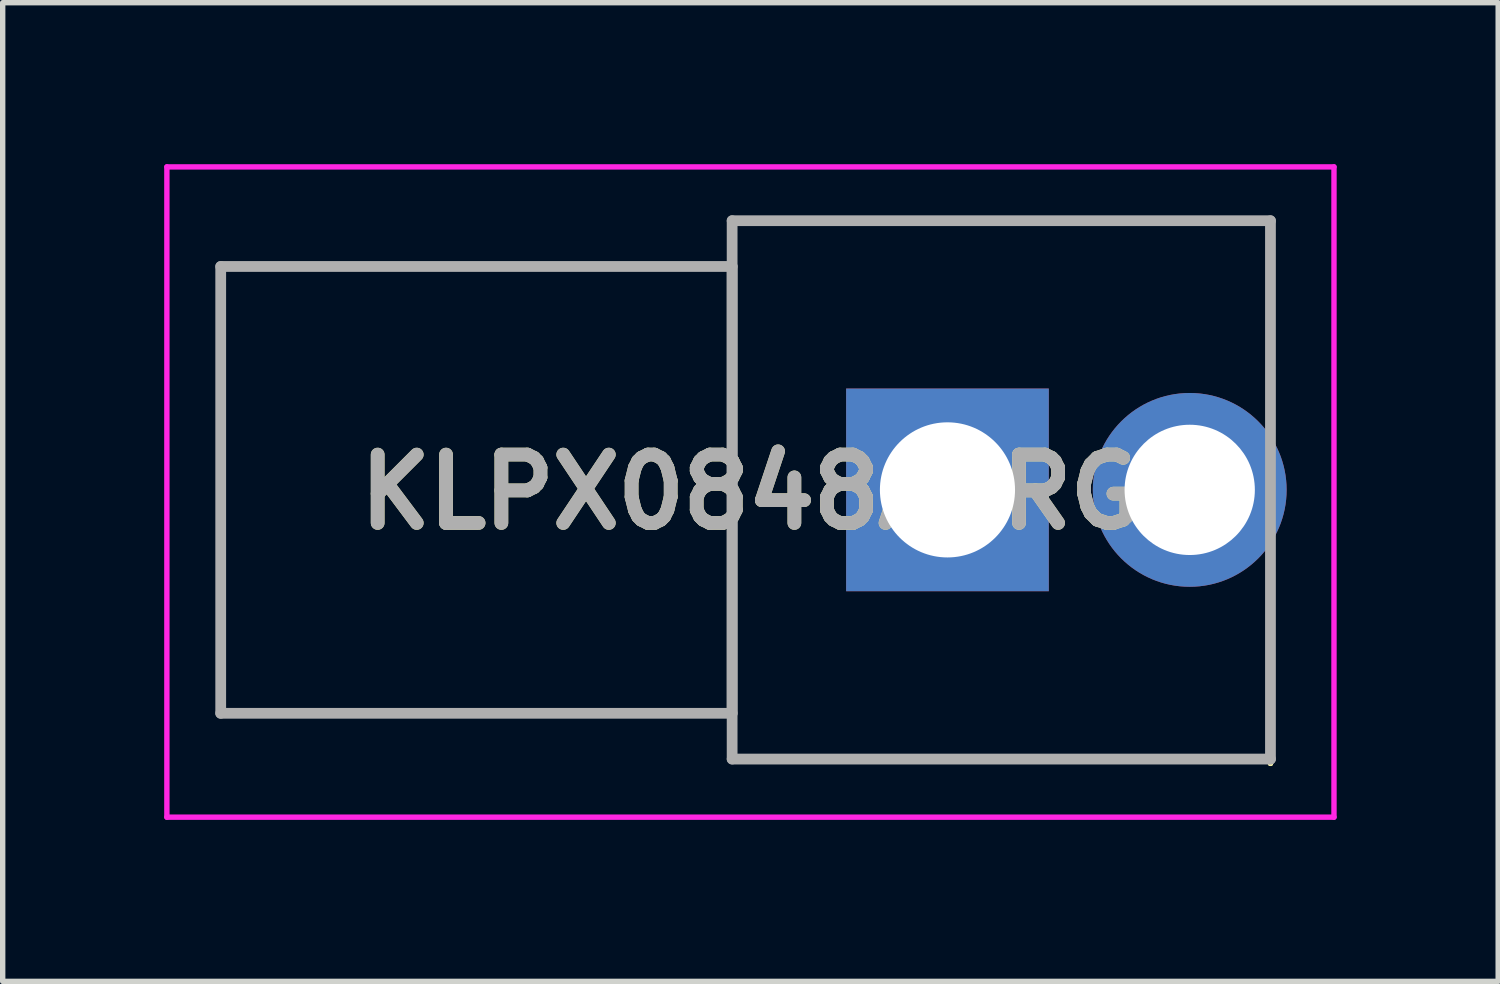
<source format=kicad_pcb>
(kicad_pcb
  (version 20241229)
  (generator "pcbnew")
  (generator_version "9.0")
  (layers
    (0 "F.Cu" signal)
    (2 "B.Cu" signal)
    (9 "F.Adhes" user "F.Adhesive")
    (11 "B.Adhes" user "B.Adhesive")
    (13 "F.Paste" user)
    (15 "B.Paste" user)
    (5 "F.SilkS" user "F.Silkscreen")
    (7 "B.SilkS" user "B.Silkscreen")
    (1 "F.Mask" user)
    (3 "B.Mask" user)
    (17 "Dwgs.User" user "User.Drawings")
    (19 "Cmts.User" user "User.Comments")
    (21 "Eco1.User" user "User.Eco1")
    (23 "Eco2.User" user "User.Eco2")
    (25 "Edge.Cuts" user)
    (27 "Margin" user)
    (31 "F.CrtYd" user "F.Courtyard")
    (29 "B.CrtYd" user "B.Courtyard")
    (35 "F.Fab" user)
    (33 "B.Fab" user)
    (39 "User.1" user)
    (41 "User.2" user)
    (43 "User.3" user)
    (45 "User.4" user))
  (footprint "KLPX0848A2RG"
    (layer "F.Cu")
    (at 14.55 6.05)
    (property "Reference" "KLPX0848A2RG" (at -3.66 0.04 0) (layer "F.SilkS") (effects (font (size 1.27 1.27) (thickness 0.254))))
    (attr through_hole)
    (fp_line (start -13.5 -4.15) (end -4 -4.15) (stroke (width 0.1) (type solid)) (layer "F.SilkS"))
    (fp_line (start -13.5 4.15) (end -13.5 -4.15) (stroke (width 0.1) (type solid)) (layer "F.SilkS"))
    (fp_line (start -4 -5) (end -4 -5) (stroke (width 0.1) (type solid)) (layer "F.SilkS"))
    (fp_line (start -4 -5) (end -4 -5) (stroke (width 0.1) (type solid)) (layer "F.SilkS"))
    (fp_line (start -4 -5) (end -4 -4.15) (stroke (width 0.1) (type solid)) (layer "F.SilkS"))
    (fp_line (start -4 -5) (end 6 -5) (stroke (width 0.1) (type solid)) (layer "F.SilkS"))
    (fp_line (start -4 -4.15) (end -4 -5) (stroke (width 0.1) (type solid)) (layer "F.SilkS"))
    (fp_line (start -4 -4.15) (end -4 -4.15) (stroke (width 0.1) (type solid)) (layer "F.SilkS"))
    (fp_line (start -4 -4.15) (end -4 4.15) (stroke (width 0.1) (type solid)) (layer "F.SilkS"))
    (fp_line (start -4 4.15) (end -13.5 4.15) (stroke (width 0.1) (type solid)) (layer "F.SilkS"))
    (fp_line (start -4 4.15) (end -4 4.15) (stroke (width 0.1) (type solid)) (layer "F.SilkS"))
    (fp_line (start -4 4.15) (end -4 5) (stroke (width 0.1) (type solid)) (layer "F.SilkS"))
    (fp_line (start -4 5) (end -4 4.15) (stroke (width 0.1) (type solid)) (layer "F.SilkS"))
    (fp_line (start -4 5) (end -4 5) (stroke (width 0.1) (type solid)) (layer "F.SilkS"))
    (fp_line (start -4 5) (end -4 5) (stroke (width 0.1) (type solid)) (layer "F.SilkS"))
    (fp_line (start -4 5) (end 6 5) (stroke (width 0.1) (type solid)) (layer "F.SilkS"))
    (fp_line (start 6 -5) (end -4 -5) (stroke (width 0.1) (type solid)) (layer "F.SilkS"))
    (fp_line (start 6 -5) (end 6 -5) (stroke (width 0.1) (type solid)) (layer "F.SilkS"))
    (fp_line (start 6 -5) (end 6 -5) (stroke (width 0.1) (type solid)) (layer "F.SilkS"))
    (fp_line (start 6 -5) (end 6 -2.54) (stroke (width 0.1) (type solid)) (layer "F.SilkS"))
    (fp_line (start 6 -2.54) (end 6 -5) (stroke (width 0.1) (type solid)) (layer "F.SilkS"))
    (fp_line (start 6 -2.54) (end 6 -2.54) (stroke (width 0.1) (type solid)) (layer "F.SilkS"))
    (fp_line (start 6 2.54) (end 6 2.54) (stroke (width 0.1) (type solid)) (layer "F.SilkS"))
    (fp_line (start 6 2.54) (end 6 5.08) (stroke (width 0.1) (type solid)) (layer "F.SilkS"))
    (fp_line (start 6 5) (end -4 5) (stroke (width 0.1) (type solid)) (layer "F.SilkS"))
    (fp_line (start 6 5) (end 6 5) (stroke (width 0.1) (type solid)) (layer "F.SilkS"))
    (fp_line (start 6 5.08) (end 6 2.54) (stroke (width 0.1) (type solid)) (layer "F.SilkS"))
    (fp_line (start 6 5.08) (end 6 5.08) (stroke (width 0.1) (type solid)) (layer "F.SilkS"))
    (fp_line (start -14.5 -6) (end 7.18 -6) (stroke (width 0.1) (type solid)) (layer "F.CrtYd"))
    (fp_line (start -14.5 6.08) (end -14.5 -6) (stroke (width 0.1) (type solid)) (layer "F.CrtYd"))
    (fp_line (start 7.18 -6) (end 7.18 6.08) (stroke (width 0.1) (type solid)) (layer "F.CrtYd"))
    (fp_line (start 7.18 6.08) (end -14.5 6.08) (stroke (width 0.1) (type solid)) (layer "F.CrtYd"))
    (fp_line (start -13.5 -4.15) (end -4 -4.15) (stroke (width 0.2) (type solid)) (layer "F.Fab"))
    (fp_line (start -13.5 4.15) (end -13.5 -4.15) (stroke (width 0.2) (type solid)) (layer "F.Fab"))
    (fp_line (start -4 -5) (end -4 5) (stroke (width 0.2) (type solid)) (layer "F.Fab"))
    (fp_line (start -4 -4.15) (end -4 4.15) (stroke (width 0.2) (type solid)) (layer "F.Fab"))
    (fp_line (start -4 4.15) (end -13.5 4.15) (stroke (width 0.2) (type solid)) (layer "F.Fab"))
    (fp_line (start -4 5) (end 6 5) (stroke (width 0.2) (type solid)) (layer "F.Fab"))
    (fp_line (start 6 -5) (end -4 -5) (stroke (width 0.2) (type solid)) (layer "F.Fab"))
    (fp_line (start 6 5) (end 6 -5) (stroke (width 0.2) (type solid)) (layer "F.Fab"))
    (fp_text user "${REFERENCE}" (at -3.66 0.04 0) (layer "F.Fab") (effects (font (size 1.27 1.27) (thickness 0.254))))
    (pad "1" thru_hole rect (at 0 0) (size 3.765 3.765) (drill 2.51) (layers "*.Cu" "*.Mask"))
    (pad "2" thru_hole circle (at 4.5 0) (size 3.6 3.6) (drill 2.42) (layers "*.Cu" "*.Mask")))
  (gr_rect
    (start -3 -3)
    (end 24.78 15.18)
    (stroke (width 0.1) (type default))
    (fill no)
    (layer "Edge.Cuts")))
</source>
